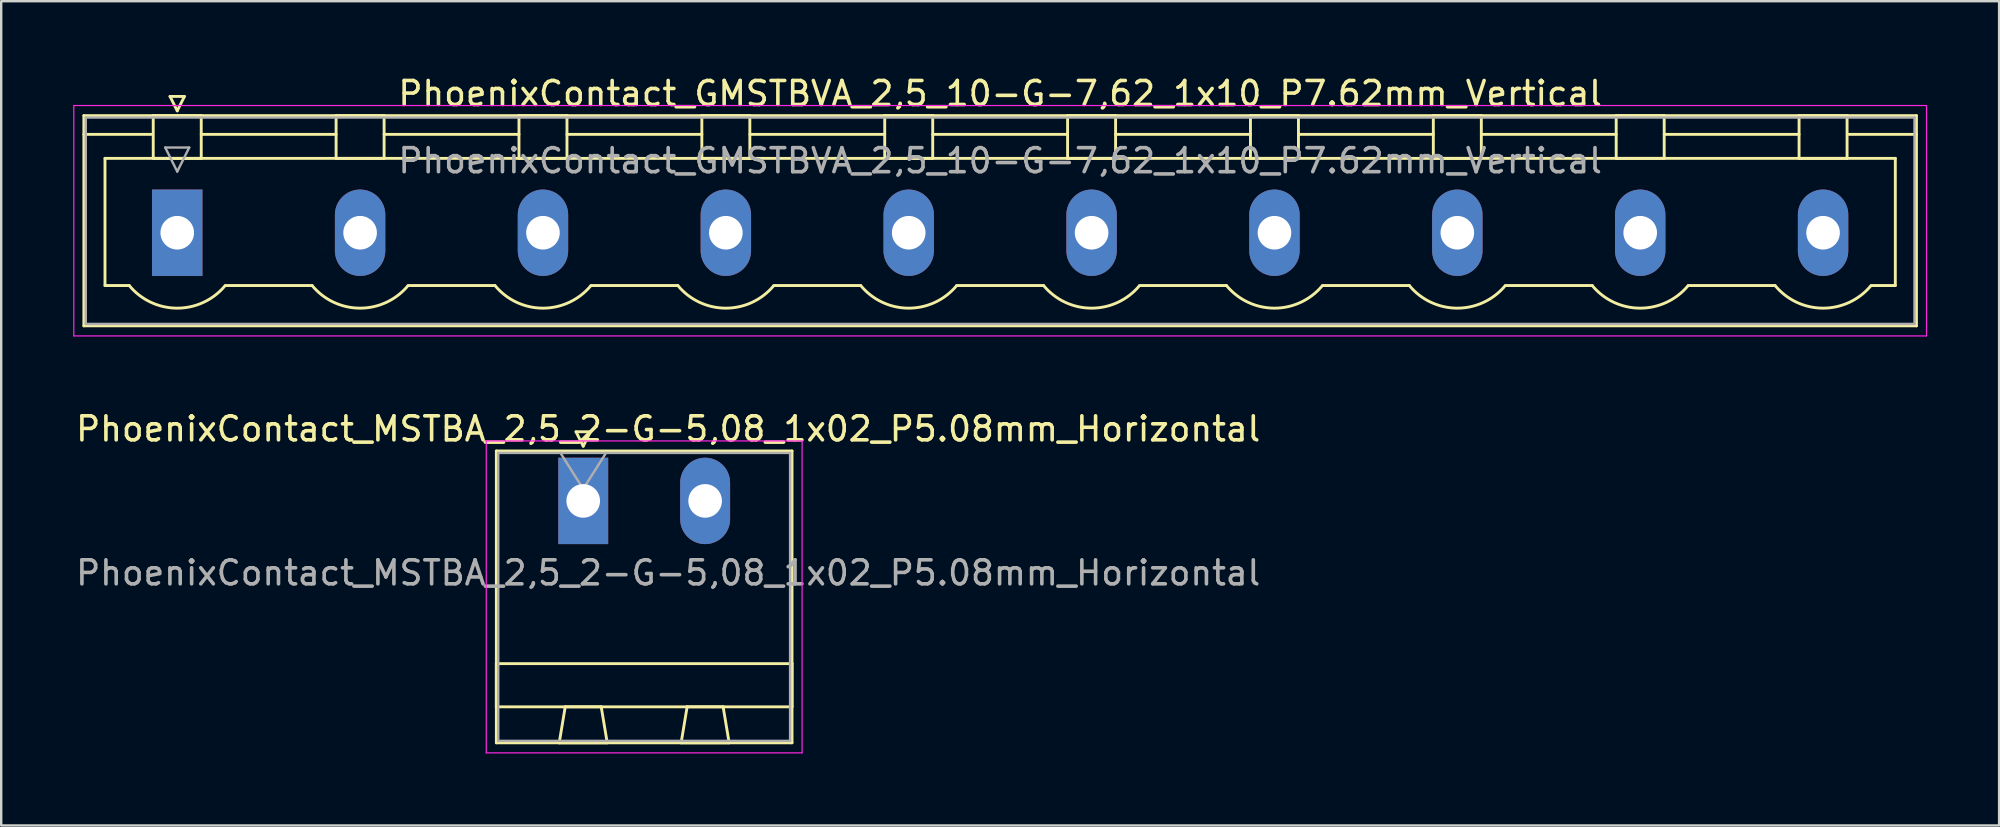
<source format=kicad_pcb>
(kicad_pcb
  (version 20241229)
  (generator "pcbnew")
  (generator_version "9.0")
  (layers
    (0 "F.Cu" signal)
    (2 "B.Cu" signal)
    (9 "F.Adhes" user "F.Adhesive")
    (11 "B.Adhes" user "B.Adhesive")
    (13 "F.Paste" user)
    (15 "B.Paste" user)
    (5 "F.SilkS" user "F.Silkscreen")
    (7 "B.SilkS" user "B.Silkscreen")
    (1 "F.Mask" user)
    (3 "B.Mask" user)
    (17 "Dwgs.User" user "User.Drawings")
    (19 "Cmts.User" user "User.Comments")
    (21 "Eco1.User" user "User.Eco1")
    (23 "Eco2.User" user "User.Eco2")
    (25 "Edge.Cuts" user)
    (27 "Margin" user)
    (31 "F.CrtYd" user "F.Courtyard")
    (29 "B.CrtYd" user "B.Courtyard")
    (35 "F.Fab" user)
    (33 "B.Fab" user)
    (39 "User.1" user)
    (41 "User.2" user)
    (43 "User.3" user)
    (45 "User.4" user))
  (footprint "PhoenixContact_MSTBA_2,5_2-G-5,08_1x02_P5.08mm_Horizontal"
    (layer "F.Cu")
    (at 21.252 17.822)
    (property "Reference" "PhoenixContact_MSTBA_2,5_2-G-5,08_1x02_P5.08mm_Horizontal" (at 3.54 -3 0) (layer "F.SilkS") (effects (font (size 1 1) (thickness 0.15))))
    (attr through_hole)
    (fp_line (start -3.62 -2.08) (end -3.62 10.08) (stroke (width 0.12) (type solid)) (layer "F.SilkS"))
    (fp_line (start -3.62 6.78) (end 8.7 6.78) (stroke (width 0.12) (type solid)) (layer "F.SilkS"))
    (fp_line (start -3.62 8.58) (end -3.62 6.78) (stroke (width 0.12) (type solid)) (layer "F.SilkS"))
    (fp_line (start -3.62 10.08) (end 8.7 10.08) (stroke (width 0.12) (type solid)) (layer "F.SilkS"))
    (fp_line (start -1 10.08) (end 1 10.08) (stroke (width 0.12) (type solid)) (layer "F.SilkS"))
    (fp_line (start -0.75 8.58) (end -1 10.08) (stroke (width 0.12) (type solid)) (layer "F.SilkS"))
    (fp_line (start -0.3 -2.88) (end 0.3 -2.88) (stroke (width 0.12) (type solid)) (layer "F.SilkS"))
    (fp_line (start 0 -2.28) (end -0.3 -2.88) (stroke (width 0.12) (type solid)) (layer "F.SilkS"))
    (fp_line (start 0.3 -2.88) (end 0 -2.28) (stroke (width 0.12) (type solid)) (layer "F.SilkS"))
    (fp_line (start 0.75 8.58) (end -0.75 8.58) (stroke (width 0.12) (type solid)) (layer "F.SilkS"))
    (fp_line (start 1 10.08) (end 0.75 8.58) (stroke (width 0.12) (type solid)) (layer "F.SilkS"))
    (fp_line (start 4.08 10.08) (end 6.08 10.08) (stroke (width 0.12) (type solid)) (layer "F.SilkS"))
    (fp_line (start 4.33 8.58) (end 4.08 10.08) (stroke (width 0.12) (type solid)) (layer "F.SilkS"))
    (fp_line (start 5.83 8.58) (end 4.33 8.58) (stroke (width 0.12) (type solid)) (layer "F.SilkS"))
    (fp_line (start 6.08 10.08) (end 5.83 8.58) (stroke (width 0.12) (type solid)) (layer "F.SilkS"))
    (fp_line (start 8.7 -2.08) (end -3.62 -2.08) (stroke (width 0.12) (type solid)) (layer "F.SilkS"))
    (fp_line (start 8.7 6.78) (end 8.7 8.58) (stroke (width 0.12) (type solid)) (layer "F.SilkS"))
    (fp_line (start 8.7 8.58) (end -3.62 8.58) (stroke (width 0.12) (type solid)) (layer "F.SilkS"))
    (fp_line (start 8.7 10.08) (end 8.7 -2.08) (stroke (width 0.12) (type solid)) (layer "F.SilkS"))
    (fp_line (start -4.04 -2.5) (end -4.04 10.5) (stroke (width 0.05) (type solid)) (layer "F.CrtYd"))
    (fp_line (start -4.04 10.5) (end 9.12 10.5) (stroke (width 0.05) (type solid)) (layer "F.CrtYd"))
    (fp_line (start 9.12 -2.5) (end -4.04 -2.5) (stroke (width 0.05) (type solid)) (layer "F.CrtYd"))
    (fp_line (start 9.12 10.5) (end 9.12 -2.5) (stroke (width 0.05) (type solid)) (layer "F.CrtYd"))
    (fp_line (start -3.54 -2) (end -3.54 10) (stroke (width 0.1) (type solid)) (layer "F.Fab"))
    (fp_line (start -3.54 10) (end 8.62 10) (stroke (width 0.1) (type solid)) (layer "F.Fab"))
    (fp_line (start 0 -0.5) (end -0.95 -2) (stroke (width 0.1) (type solid)) (layer "F.Fab"))
    (fp_line (start 0.95 -2) (end 0 -0.5) (stroke (width 0.1) (type solid)) (layer "F.Fab"))
    (fp_line (start 8.62 -2) (end -3.54 -2) (stroke (width 0.1) (type solid)) (layer "F.Fab"))
    (fp_line (start 8.62 10) (end 8.62 -2) (stroke (width 0.1) (type solid)) (layer "F.Fab"))
    (fp_text user "${REFERENCE}" (at 3.54 3 0) (layer "F.Fab") (effects (font (size 1 1) (thickness 0.15))))
    (pad "1" thru_hole rect (at 0 0) (size 2.08 3.6) (drill 1.4) (layers "*.Cu" "*.Mask"))
    (pad "2" thru_hole oval (at 5.08 0) (size 2.08 3.6) (drill 1.4) (layers "*.Cu" "*.Mask")))
  (footprint "PhoenixContact_GMSTBVA_2,5_10-G-7,62_1x10_P7.62mm_Vertical"
    (layer "F.Cu")
    (at 4.335 6.648)
    (property "Reference" "PhoenixContact_GMSTBVA_2,5_10-G-7,62_1x10_P7.62mm_Vertical" (at 34.29 -5.8 0) (layer "F.SilkS") (effects (font (size 1 1) (thickness 0.15))))
    (attr through_hole)
    (fp_line (start -3.89 -4.88) (end -3.89 3.88) (stroke (width 0.12) (type solid)) (layer "F.SilkS"))
    (fp_line (start -3.89 -4.1) (end -1.08 -4.1) (stroke (width 0.12) (type solid)) (layer "F.SilkS"))
    (fp_line (start -3.89 3.88) (end 72.47 3.88) (stroke (width 0.12) (type solid)) (layer "F.SilkS"))
    (fp_line (start -3.01 -3.1) (end 71.59 -3.1) (stroke (width 0.12) (type solid)) (layer "F.SilkS"))
    (fp_line (start -3.01 2.2) (end -3.01 -3.1) (stroke (width 0.12) (type solid)) (layer "F.SilkS"))
    (fp_line (start -2 2.2) (end -3.01 2.2) (stroke (width 0.12) (type solid)) (layer "F.SilkS"))
    (fp_line (start -1 -4.88) (end 1 -4.88) (stroke (width 0.12) (type solid)) (layer "F.SilkS"))
    (fp_line (start -1 -3.1) (end -1 -4.88) (stroke (width 0.12) (type solid)) (layer "F.SilkS"))
    (fp_line (start -0.3 -5.68) (end 0.3 -5.68) (stroke (width 0.12) (type solid)) (layer "F.SilkS"))
    (fp_line (start 0 -5.08) (end -0.3 -5.68) (stroke (width 0.12) (type solid)) (layer "F.SilkS"))
    (fp_line (start 0.3 -5.68) (end 0 -5.08) (stroke (width 0.12) (type solid)) (layer "F.SilkS"))
    (fp_line (start 1 -4.88) (end 1 -3.1) (stroke (width 0.12) (type solid)) (layer "F.SilkS"))
    (fp_line (start 1 -4.1) (end 6.62 -4.1) (stroke (width 0.12) (type solid)) (layer "F.SilkS"))
    (fp_line (start 1 -3.1) (end -1 -3.1) (stroke (width 0.12) (type solid)) (layer "F.SilkS"))
    (fp_line (start 2 2.2) (end 5.62 2.2) (stroke (width 0.12) (type solid)) (layer "F.SilkS"))
    (fp_line (start 6.62 -4.88) (end 8.62 -4.88) (stroke (width 0.12) (type solid)) (layer "F.SilkS"))
    (fp_line (start 6.62 -3.1) (end 6.62 -4.88) (stroke (width 0.12) (type solid)) (layer "F.SilkS"))
    (fp_line (start 8.62 -4.88) (end 8.62 -3.1) (stroke (width 0.12) (type solid)) (layer "F.SilkS"))
    (fp_line (start 8.62 -4.1) (end 14.24 -4.1) (stroke (width 0.12) (type solid)) (layer "F.SilkS"))
    (fp_line (start 8.62 -3.1) (end 6.62 -3.1) (stroke (width 0.12) (type solid)) (layer "F.SilkS"))
    (fp_line (start 9.62 2.2) (end 13.24 2.2) (stroke (width 0.12) (type solid)) (layer "F.SilkS"))
    (fp_line (start 14.24 -4.88) (end 16.24 -4.88) (stroke (width 0.12) (type solid)) (layer "F.SilkS"))
    (fp_line (start 14.24 -3.1) (end 14.24 -4.88) (stroke (width 0.12) (type solid)) (layer "F.SilkS"))
    (fp_line (start 16.24 -4.88) (end 16.24 -3.1) (stroke (width 0.12) (type solid)) (layer "F.SilkS"))
    (fp_line (start 16.24 -4.1) (end 21.86 -4.1) (stroke (width 0.12) (type solid)) (layer "F.SilkS"))
    (fp_line (start 16.24 -3.1) (end 14.24 -3.1) (stroke (width 0.12) (type solid)) (layer "F.SilkS"))
    (fp_line (start 17.24 2.2) (end 20.86 2.2) (stroke (width 0.12) (type solid)) (layer "F.SilkS"))
    (fp_line (start 21.86 -4.88) (end 23.86 -4.88) (stroke (width 0.12) (type solid)) (layer "F.SilkS"))
    (fp_line (start 21.86 -3.1) (end 21.86 -4.88) (stroke (width 0.12) (type solid)) (layer "F.SilkS"))
    (fp_line (start 23.86 -4.88) (end 23.86 -3.1) (stroke (width 0.12) (type solid)) (layer "F.SilkS"))
    (fp_line (start 23.86 -4.1) (end 29.48 -4.1) (stroke (width 0.12) (type solid)) (layer "F.SilkS"))
    (fp_line (start 23.86 -3.1) (end 21.86 -3.1) (stroke (width 0.12) (type solid)) (layer "F.SilkS"))
    (fp_line (start 24.86 2.2) (end 28.48 2.2) (stroke (width 0.12) (type solid)) (layer "F.SilkS"))
    (fp_line (start 29.48 -4.88) (end 31.48 -4.88) (stroke (width 0.12) (type solid)) (layer "F.SilkS"))
    (fp_line (start 29.48 -3.1) (end 29.48 -4.88) (stroke (width 0.12) (type solid)) (layer "F.SilkS"))
    (fp_line (start 31.48 -4.88) (end 31.48 -3.1) (stroke (width 0.12) (type solid)) (layer "F.SilkS"))
    (fp_line (start 31.48 -4.1) (end 37.1 -4.1) (stroke (width 0.12) (type solid)) (layer "F.SilkS"))
    (fp_line (start 31.48 -3.1) (end 29.48 -3.1) (stroke (width 0.12) (type solid)) (layer "F.SilkS"))
    (fp_line (start 32.48 2.2) (end 36.1 2.2) (stroke (width 0.12) (type solid)) (layer "F.SilkS"))
    (fp_line (start 37.1 -4.88) (end 39.1 -4.88) (stroke (width 0.12) (type solid)) (layer "F.SilkS"))
    (fp_line (start 37.1 -3.1) (end 37.1 -4.88) (stroke (width 0.12) (type solid)) (layer "F.SilkS"))
    (fp_line (start 39.1 -4.88) (end 39.1 -3.1) (stroke (width 0.12) (type solid)) (layer "F.SilkS"))
    (fp_line (start 39.1 -4.1) (end 44.72 -4.1) (stroke (width 0.12) (type solid)) (layer "F.SilkS"))
    (fp_line (start 39.1 -3.1) (end 37.1 -3.1) (stroke (width 0.12) (type solid)) (layer "F.SilkS"))
    (fp_line (start 40.1 2.2) (end 43.72 2.2) (stroke (width 0.12) (type solid)) (layer "F.SilkS"))
    (fp_line (start 44.72 -4.88) (end 46.72 -4.88) (stroke (width 0.12) (type solid)) (layer "F.SilkS"))
    (fp_line (start 44.72 -3.1) (end 44.72 -4.88) (stroke (width 0.12) (type solid)) (layer "F.SilkS"))
    (fp_line (start 46.72 -4.88) (end 46.72 -3.1) (stroke (width 0.12) (type solid)) (layer "F.SilkS"))
    (fp_line (start 46.72 -4.1) (end 52.34 -4.1) (stroke (width 0.12) (type solid)) (layer "F.SilkS"))
    (fp_line (start 46.72 -3.1) (end 44.72 -3.1) (stroke (width 0.12) (type solid)) (layer "F.SilkS"))
    (fp_line (start 47.72 2.2) (end 51.34 2.2) (stroke (width 0.12) (type solid)) (layer "F.SilkS"))
    (fp_line (start 52.34 -4.88) (end 54.34 -4.88) (stroke (width 0.12) (type solid)) (layer "F.SilkS"))
    (fp_line (start 52.34 -3.1) (end 52.34 -4.88) (stroke (width 0.12) (type solid)) (layer "F.SilkS"))
    (fp_line (start 54.34 -4.88) (end 54.34 -3.1) (stroke (width 0.12) (type solid)) (layer "F.SilkS"))
    (fp_line (start 54.34 -4.1) (end 59.96 -4.1) (stroke (width 0.12) (type solid)) (layer "F.SilkS"))
    (fp_line (start 54.34 -3.1) (end 52.34 -3.1) (stroke (width 0.12) (type solid)) (layer "F.SilkS"))
    (fp_line (start 55.34 2.2) (end 58.96 2.2) (stroke (width 0.12) (type solid)) (layer "F.SilkS"))
    (fp_line (start 59.96 -4.88) (end 61.96 -4.88) (stroke (width 0.12) (type solid)) (layer "F.SilkS"))
    (fp_line (start 59.96 -3.1) (end 59.96 -4.88) (stroke (width 0.12) (type solid)) (layer "F.SilkS"))
    (fp_line (start 61.96 -4.88) (end 61.96 -3.1) (stroke (width 0.12) (type solid)) (layer "F.SilkS"))
    (fp_line (start 61.96 -4.1) (end 67.58 -4.1) (stroke (width 0.12) (type solid)) (layer "F.SilkS"))
    (fp_line (start 61.96 -3.1) (end 59.96 -3.1) (stroke (width 0.12) (type solid)) (layer "F.SilkS"))
    (fp_line (start 62.96 2.2) (end 66.58 2.2) (stroke (width 0.12) (type solid)) (layer "F.SilkS"))
    (fp_line (start 67.58 -4.88) (end 69.58 -4.88) (stroke (width 0.12) (type solid)) (layer "F.SilkS"))
    (fp_line (start 67.58 -3.1) (end 67.58 -4.88) (stroke (width 0.12) (type solid)) (layer "F.SilkS"))
    (fp_line (start 69.58 -4.88) (end 69.58 -3.1) (stroke (width 0.12) (type solid)) (layer "F.SilkS"))
    (fp_line (start 69.58 -3.1) (end 67.58 -3.1) (stroke (width 0.12) (type solid)) (layer "F.SilkS"))
    (fp_line (start 71.59 -3.1) (end 71.59 2.2) (stroke (width 0.12) (type solid)) (layer "F.SilkS"))
    (fp_line (start 71.59 2.2) (end 70.58 2.2) (stroke (width 0.12) (type solid)) (layer "F.SilkS"))
    (fp_line (start 72.47 -4.88) (end -3.89 -4.88) (stroke (width 0.12) (type solid)) (layer "F.SilkS"))
    (fp_line (start 72.47 -4.1) (end 69.66 -4.1) (stroke (width 0.12) (type solid)) (layer "F.SilkS"))
    (fp_line (start 72.47 3.88) (end 72.47 -4.88) (stroke (width 0.12) (type solid)) (layer "F.SilkS"))
    (fp_arc (start 1.986842 2.215821) (mid -0.010289 3.142758) (end -2 2.2) (stroke (width 0.12) (type solid)) (layer "F.SilkS"))
    (fp_arc (start 9.606842 2.215821) (mid 7.609711 3.142758) (end 5.62 2.2) (stroke (width 0.12) (type solid)) (layer "F.SilkS"))
    (fp_arc (start 17.226842 2.215821) (mid 15.229711 3.142758) (end 13.24 2.2) (stroke (width 0.12) (type solid)) (layer "F.SilkS"))
    (fp_arc (start 24.846842 2.215821) (mid 22.849711 3.142758) (end 20.86 2.2) (stroke (width 0.12) (type solid)) (layer "F.SilkS"))
    (fp_arc (start 32.466842 2.215821) (mid 30.469711 3.142758) (end 28.48 2.2) (stroke (width 0.12) (type solid)) (layer "F.SilkS"))
    (fp_arc (start 40.086842 2.215821) (mid 38.089711 3.142758) (end 36.1 2.2) (stroke (width 0.12) (type solid)) (layer "F.SilkS"))
    (fp_arc (start 47.706842 2.215821) (mid 45.709711 3.142758) (end 43.72 2.2) (stroke (width 0.12) (type solid)) (layer "F.SilkS"))
    (fp_arc (start 55.326842 2.215821) (mid 53.329711 3.142758) (end 51.34 2.2) (stroke (width 0.12) (type solid)) (layer "F.SilkS"))
    (fp_arc (start 62.946842 2.215821) (mid 60.949711 3.142758) (end 58.96 2.2) (stroke (width 0.12) (type solid)) (layer "F.SilkS"))
    (fp_arc (start 70.566842 2.215821) (mid 68.569711 3.142758) (end 66.58 2.2) (stroke (width 0.12) (type solid)) (layer "F.SilkS"))
    (fp_line (start -4.31 -5.3) (end -4.31 4.3) (stroke (width 0.05) (type solid)) (layer "F.CrtYd"))
    (fp_line (start -4.31 4.3) (end 72.89 4.3) (stroke (width 0.05) (type solid)) (layer "F.CrtYd"))
    (fp_line (start 72.89 -5.3) (end -4.31 -5.3) (stroke (width 0.05) (type solid)) (layer "F.CrtYd"))
    (fp_line (start 72.89 4.3) (end 72.89 -5.3) (stroke (width 0.05) (type solid)) (layer "F.CrtYd"))
    (fp_line (start -3.81 -4.8) (end -3.81 3.8) (stroke (width 0.1) (type solid)) (layer "F.Fab"))
    (fp_line (start -3.81 3.8) (end 72.39 3.8) (stroke (width 0.1) (type solid)) (layer "F.Fab"))
    (fp_line (start -0.5 -3.55) (end 0.5 -3.55) (stroke (width 0.1) (type solid)) (layer "F.Fab"))
    (fp_line (start 0 -2.55) (end -0.5 -3.55) (stroke (width 0.1) (type solid)) (layer "F.Fab"))
    (fp_line (start 0.5 -3.55) (end 0 -2.55) (stroke (width 0.1) (type solid)) (layer "F.Fab"))
    (fp_line (start 72.39 -4.8) (end -3.81 -4.8) (stroke (width 0.1) (type solid)) (layer "F.Fab"))
    (fp_line (start 72.39 3.8) (end 72.39 -4.8) (stroke (width 0.1) (type solid)) (layer "F.Fab"))
    (fp_text user "${REFERENCE}" (at 34.29 -3 0) (layer "F.Fab") (effects (font (size 1 1) (thickness 0.15))))
    (pad "1" thru_hole rect (at 0 0) (size 2.1 3.6) (drill 1.4) (layers "*.Cu" "*.Mask"))
    (pad "2" thru_hole oval (at 7.62 0) (size 2.1 3.6) (drill 1.4) (layers "*.Cu" "*.Mask"))
    (pad "3" thru_hole oval (at 15.24 0) (size 2.1 3.6) (drill 1.4) (layers "*.Cu" "*.Mask"))
    (pad "4" thru_hole oval (at 22.86 0) (size 2.1 3.6) (drill 1.4) (layers "*.Cu" "*.Mask"))
    (pad "5" thru_hole oval (at 30.48 0) (size 2.1 3.6) (drill 1.4) (layers "*.Cu" "*.Mask"))
    (pad "6" thru_hole oval (at 38.1 0) (size 2.1 3.6) (drill 1.4) (layers "*.Cu" "*.Mask"))
    (pad "7" thru_hole oval (at 45.72 0) (size 2.1 3.6) (drill 1.4) (layers "*.Cu" "*.Mask"))
    (pad "8" thru_hole oval (at 53.34 0) (size 2.1 3.6) (drill 1.4) (layers "*.Cu" "*.Mask"))
    (pad "9" thru_hole oval (at 60.96 0) (size 2.1 3.6) (drill 1.4) (layers "*.Cu" "*.Mask"))
    (pad "10" thru_hole oval (at 68.58 0) (size 2.1 3.6) (drill 1.4) (layers "*.Cu" "*.Mask")))
  (gr_rect
    (start -3 -3)
    (end 80.25 31.346)
    (stroke (width 0.1) (type default))
    (fill no)
    (layer "Edge.Cuts")))
</source>
